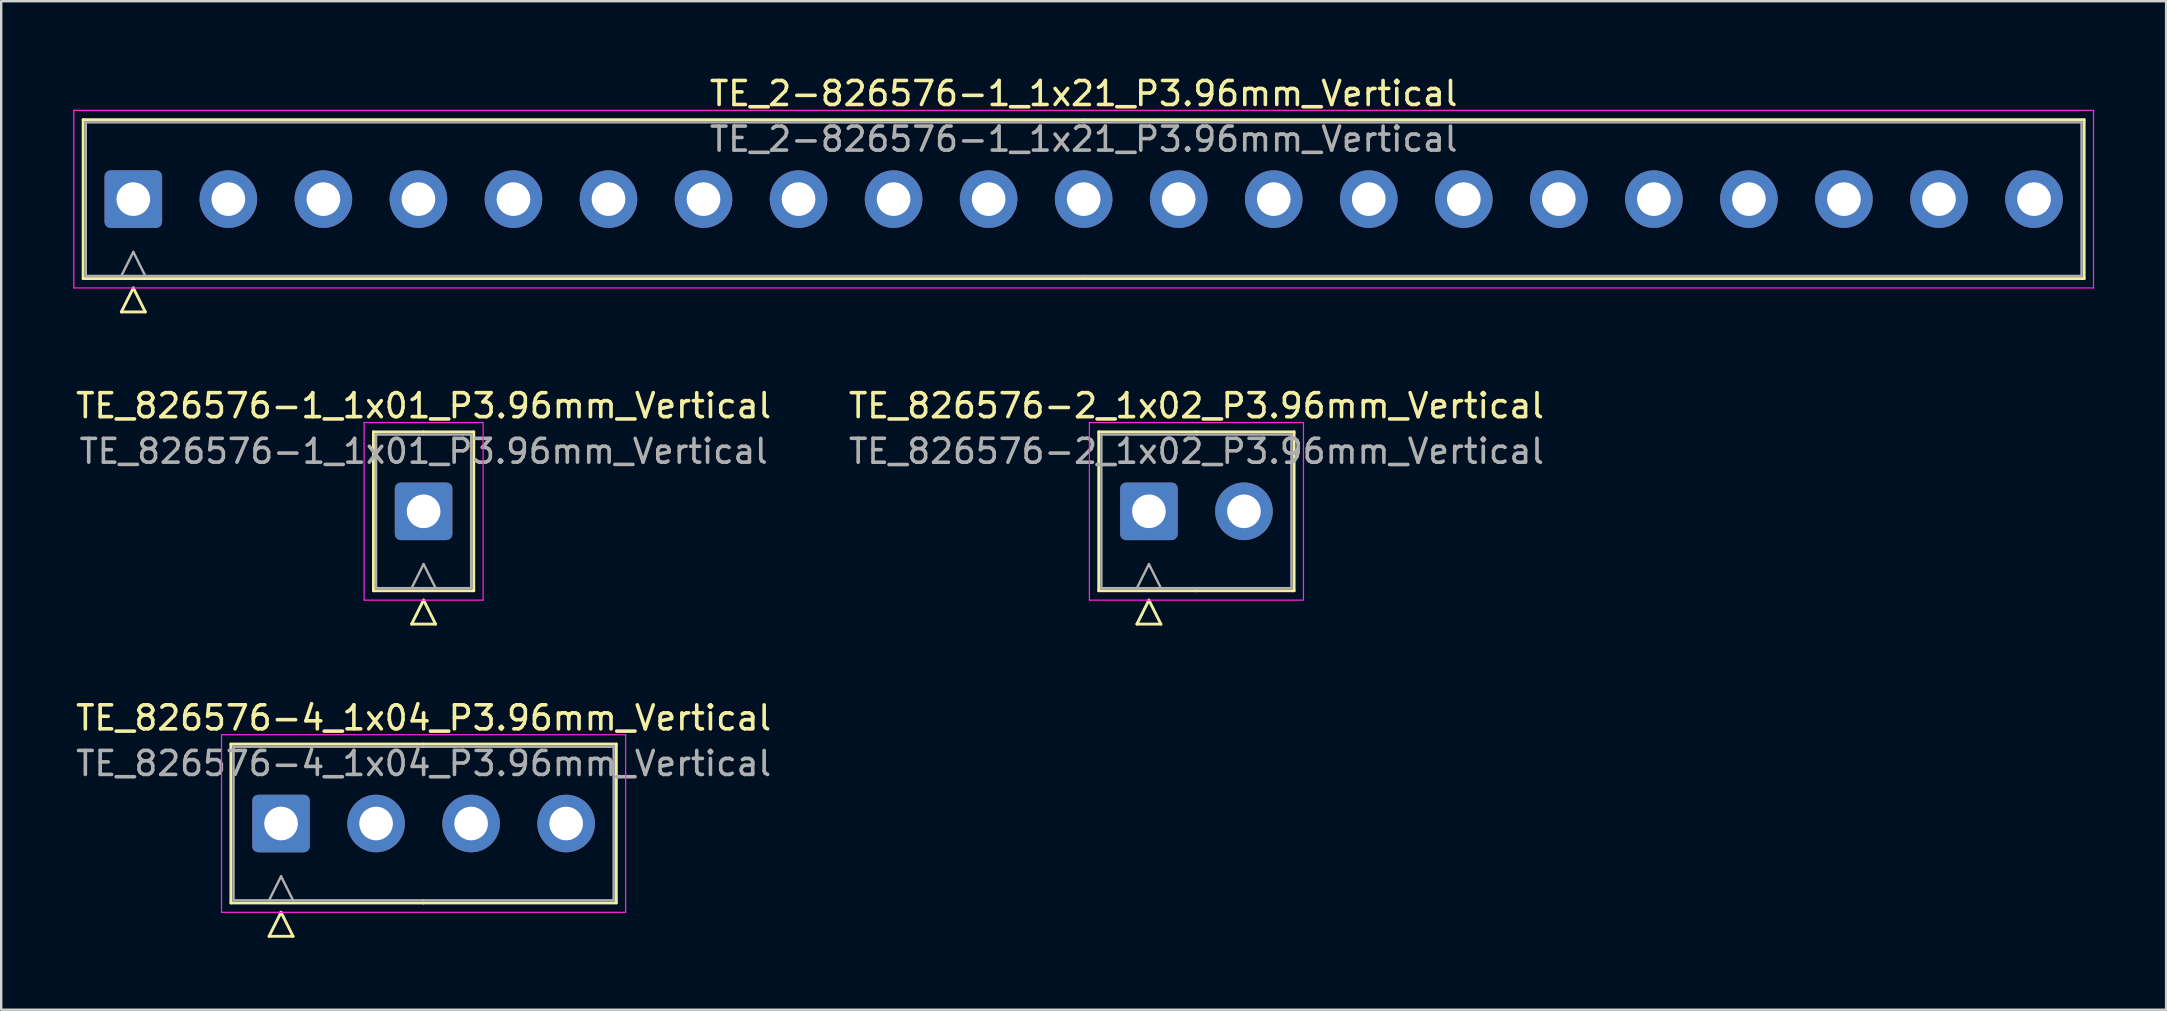
<source format=kicad_pcb>
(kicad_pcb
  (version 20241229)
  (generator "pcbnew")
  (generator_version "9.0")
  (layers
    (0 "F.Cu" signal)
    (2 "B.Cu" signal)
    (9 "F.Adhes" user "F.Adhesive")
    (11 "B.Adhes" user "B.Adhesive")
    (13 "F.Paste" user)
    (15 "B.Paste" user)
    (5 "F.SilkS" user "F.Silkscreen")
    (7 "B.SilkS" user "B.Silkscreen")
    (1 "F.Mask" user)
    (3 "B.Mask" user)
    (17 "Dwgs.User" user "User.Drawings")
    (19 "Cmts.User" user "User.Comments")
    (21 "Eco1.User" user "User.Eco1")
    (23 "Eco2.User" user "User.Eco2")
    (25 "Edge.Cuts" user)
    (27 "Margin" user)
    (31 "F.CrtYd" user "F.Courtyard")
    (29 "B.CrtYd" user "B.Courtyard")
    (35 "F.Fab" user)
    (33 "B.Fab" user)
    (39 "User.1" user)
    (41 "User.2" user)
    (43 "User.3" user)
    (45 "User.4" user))
  (footprint "TE_2-826576-1_1x21_P3.96mm_Vertical"
    (layer "F.Cu")
    (at 2.505 5.248)
    (property "Reference" "TE_2-826576-1_1x21_P3.96mm_Vertical" (at 39.6 -4.4 0) (layer "F.SilkS") (effects (font (size 1 1) (thickness 0.15))))
    (attr through_hole)
    (fp_line (start -2.09 -3.31) (end -2.09 3.31) (stroke (width 0.12) (type solid)) (layer "F.SilkS"))
    (fp_line (start -2.09 3.31) (end 39.6 3.31) (stroke (width 0.12) (type solid)) (layer "F.SilkS"))
    (fp_line (start -0.5 4.7) (end 0 3.7) (stroke (width 0.12) (type solid)) (layer "F.SilkS"))
    (fp_line (start 0 3.7) (end 0.5 4.7) (stroke (width 0.12) (type solid)) (layer "F.SilkS"))
    (fp_line (start 0.5 4.7) (end -0.5 4.7) (stroke (width 0.12) (type solid)) (layer "F.SilkS"))
    (fp_line (start 39.6 -3.31) (end -2.09 -3.31) (stroke (width 0.12) (type solid)) (layer "F.SilkS"))
    (fp_line (start 39.6 -3.31) (end 81.29 -3.31) (stroke (width 0.12) (type solid)) (layer "F.SilkS"))
    (fp_line (start 81.29 -3.31) (end 81.29 3.31) (stroke (width 0.12) (type solid)) (layer "F.SilkS"))
    (fp_line (start 81.29 3.31) (end 39.6 3.31) (stroke (width 0.12) (type solid)) (layer "F.SilkS"))
    (fp_line (start -2.48 -3.7) (end -2.48 3.7) (stroke (width 0.05) (type solid)) (layer "F.CrtYd"))
    (fp_line (start -2.48 3.7) (end 81.68 3.7) (stroke (width 0.05) (type solid)) (layer "F.CrtYd"))
    (fp_line (start 81.68 -3.7) (end -2.48 -3.7) (stroke (width 0.05) (type solid)) (layer "F.CrtYd"))
    (fp_line (start 81.68 3.7) (end 81.68 -3.7) (stroke (width 0.05) (type solid)) (layer "F.CrtYd"))
    (fp_line (start -1.98 -3.2) (end -1.98 3.2) (stroke (width 0.1) (type solid)) (layer "F.Fab"))
    (fp_line (start -1.98 3.2) (end 39.6 3.2) (stroke (width 0.1) (type solid)) (layer "F.Fab"))
    (fp_line (start -0.5 3.2) (end 0 2.2) (stroke (width 0.1) (type solid)) (layer "F.Fab"))
    (fp_line (start 0 2.2) (end 0.5 3.2) (stroke (width 0.1) (type solid)) (layer "F.Fab"))
    (fp_line (start 39.6 -3.2) (end -1.98 -3.2) (stroke (width 0.1) (type solid)) (layer "F.Fab"))
    (fp_line (start 39.6 -3.2) (end 81.18 -3.2) (stroke (width 0.1) (type solid)) (layer "F.Fab"))
    (fp_line (start 81.18 -3.2) (end 81.18 3.2) (stroke (width 0.1) (type solid)) (layer "F.Fab"))
    (fp_line (start 81.18 3.2) (end 39.6 3.2) (stroke (width 0.1) (type solid)) (layer "F.Fab"))
    (fp_text user "${REFERENCE}" (at 39.6 -2.5 0) (layer "F.Fab") (effects (font (size 1 1) (thickness 0.15))))
    (pad "1" thru_hole roundrect (at 0 0) (size 2.4 2.4) (drill 1.4) (layers "*.Cu" "*.Mask") (roundrect_rratio 0.104))
    (pad "2" thru_hole circle (at 3.96 0) (size 2.4 2.4) (drill 1.4) (layers "*.Cu" "*.Mask"))
    (pad "3" thru_hole circle (at 7.92 0) (size 2.4 2.4) (drill 1.4) (layers "*.Cu" "*.Mask"))
    (pad "4" thru_hole circle (at 11.88 0) (size 2.4 2.4) (drill 1.4) (layers "*.Cu" "*.Mask"))
    (pad "5" thru_hole circle (at 15.84 0) (size 2.4 2.4) (drill 1.4) (layers "*.Cu" "*.Mask"))
    (pad "6" thru_hole circle (at 19.8 0) (size 2.4 2.4) (drill 1.4) (layers "*.Cu" "*.Mask"))
    (pad "7" thru_hole circle (at 23.76 0) (size 2.4 2.4) (drill 1.4) (layers "*.Cu" "*.Mask"))
    (pad "8" thru_hole circle (at 27.72 0) (size 2.4 2.4) (drill 1.4) (layers "*.Cu" "*.Mask"))
    (pad "9" thru_hole circle (at 31.68 0) (size 2.4 2.4) (drill 1.4) (layers "*.Cu" "*.Mask"))
    (pad "10" thru_hole circle (at 35.64 0) (size 2.4 2.4) (drill 1.4) (layers "*.Cu" "*.Mask"))
    (pad "11" thru_hole circle (at 39.6 0) (size 2.4 2.4) (drill 1.4) (layers "*.Cu" "*.Mask"))
    (pad "12" thru_hole circle (at 43.56 0) (size 2.4 2.4) (drill 1.4) (layers "*.Cu" "*.Mask"))
    (pad "13" thru_hole circle (at 47.52 0) (size 2.4 2.4) (drill 1.4) (layers "*.Cu" "*.Mask"))
    (pad "14" thru_hole circle (at 51.48 0) (size 2.4 2.4) (drill 1.4) (layers "*.Cu" "*.Mask"))
    (pad "15" thru_hole circle (at 55.44 0) (size 2.4 2.4) (drill 1.4) (layers "*.Cu" "*.Mask"))
    (pad "16" thru_hole circle (at 59.4 0) (size 2.4 2.4) (drill 1.4) (layers "*.Cu" "*.Mask"))
    (pad "17" thru_hole circle (at 63.36 0) (size 2.4 2.4) (drill 1.4) (layers "*.Cu" "*.Mask"))
    (pad "18" thru_hole circle (at 67.32 0) (size 2.4 2.4) (drill 1.4) (layers "*.Cu" "*.Mask"))
    (pad "19" thru_hole circle (at 71.28 0) (size 2.4 2.4) (drill 1.4) (layers "*.Cu" "*.Mask"))
    (pad "20" thru_hole circle (at 75.24 0) (size 2.4 2.4) (drill 1.4) (layers "*.Cu" "*.Mask"))
    (pad "21" thru_hole circle (at 79.2 0) (size 2.4 2.4) (drill 1.4) (layers "*.Cu" "*.Mask")))
  (footprint "TE_826576-2_1x02_P3.96mm_Vertical"
    (layer "F.Cu")
    (at 44.824 18.256)
    (property "Reference" "TE_826576-2_1x02_P3.96mm_Vertical" (at 1.98 -4.4 0) (layer "F.SilkS") (effects (font (size 1 1) (thickness 0.15))))
    (attr through_hole)
    (fp_line (start -2.09 -3.31) (end -2.09 3.31) (stroke (width 0.12) (type solid)) (layer "F.SilkS"))
    (fp_line (start -2.09 3.31) (end 1.98 3.31) (stroke (width 0.12) (type solid)) (layer "F.SilkS"))
    (fp_line (start -0.5 4.7) (end 0 3.7) (stroke (width 0.12) (type solid)) (layer "F.SilkS"))
    (fp_line (start 0 3.7) (end 0.5 4.7) (stroke (width 0.12) (type solid)) (layer "F.SilkS"))
    (fp_line (start 0.5 4.7) (end -0.5 4.7) (stroke (width 0.12) (type solid)) (layer "F.SilkS"))
    (fp_line (start 1.98 -3.31) (end -2.09 -3.31) (stroke (width 0.12) (type solid)) (layer "F.SilkS"))
    (fp_line (start 1.98 -3.31) (end 6.05 -3.31) (stroke (width 0.12) (type solid)) (layer "F.SilkS"))
    (fp_line (start 6.05 -3.31) (end 6.05 3.31) (stroke (width 0.12) (type solid)) (layer "F.SilkS"))
    (fp_line (start 6.05 3.31) (end 1.98 3.31) (stroke (width 0.12) (type solid)) (layer "F.SilkS"))
    (fp_line (start -2.48 -3.7) (end -2.48 3.7) (stroke (width 0.05) (type solid)) (layer "F.CrtYd"))
    (fp_line (start -2.48 3.7) (end 6.44 3.7) (stroke (width 0.05) (type solid)) (layer "F.CrtYd"))
    (fp_line (start 6.44 -3.7) (end -2.48 -3.7) (stroke (width 0.05) (type solid)) (layer "F.CrtYd"))
    (fp_line (start 6.44 3.7) (end 6.44 -3.7) (stroke (width 0.05) (type solid)) (layer "F.CrtYd"))
    (fp_line (start -1.98 -3.2) (end -1.98 3.2) (stroke (width 0.1) (type solid)) (layer "F.Fab"))
    (fp_line (start -1.98 3.2) (end 1.98 3.2) (stroke (width 0.1) (type solid)) (layer "F.Fab"))
    (fp_line (start -0.5 3.2) (end 0 2.2) (stroke (width 0.1) (type solid)) (layer "F.Fab"))
    (fp_line (start 0 2.2) (end 0.5 3.2) (stroke (width 0.1) (type solid)) (layer "F.Fab"))
    (fp_line (start 1.98 -3.2) (end -1.98 -3.2) (stroke (width 0.1) (type solid)) (layer "F.Fab"))
    (fp_line (start 1.98 -3.2) (end 5.94 -3.2) (stroke (width 0.1) (type solid)) (layer "F.Fab"))
    (fp_line (start 5.94 -3.2) (end 5.94 3.2) (stroke (width 0.1) (type solid)) (layer "F.Fab"))
    (fp_line (start 5.94 3.2) (end 1.98 3.2) (stroke (width 0.1) (type solid)) (layer "F.Fab"))
    (fp_text user "${REFERENCE}" (at 1.98 -2.5 0) (layer "F.Fab") (effects (font (size 1 1) (thickness 0.15))))
    (pad "1" thru_hole roundrect (at 0 0) (size 2.4 2.4) (drill 1.4) (layers "*.Cu" "*.Mask") (roundrect_rratio 0.104))
    (pad "2" thru_hole circle (at 3.96 0) (size 2.4 2.4) (drill 1.4) (layers "*.Cu" "*.Mask")))
  (footprint "TE_826576-1_1x01_P3.96mm_Vertical"
    (layer "F.Cu")
    (at 14.601 18.256)
    (property "Reference" "TE_826576-1_1x01_P3.96mm_Vertical" (at 0 -4.4 0) (layer "F.SilkS") (effects (font (size 1 1) (thickness 0.15))))
    (attr through_hole)
    (fp_line (start -2.09 -3.31) (end -2.09 3.31) (stroke (width 0.12) (type solid)) (layer "F.SilkS"))
    (fp_line (start -2.09 3.31) (end 0 3.31) (stroke (width 0.12) (type solid)) (layer "F.SilkS"))
    (fp_line (start -0.5 4.7) (end 0 3.7) (stroke (width 0.12) (type solid)) (layer "F.SilkS"))
    (fp_line (start 0 -3.31) (end -2.09 -3.31) (stroke (width 0.12) (type solid)) (layer "F.SilkS"))
    (fp_line (start 0 -3.31) (end 2.09 -3.31) (stroke (width 0.12) (type solid)) (layer "F.SilkS"))
    (fp_line (start 0 3.7) (end 0.5 4.7) (stroke (width 0.12) (type solid)) (layer "F.SilkS"))
    (fp_line (start 0.5 4.7) (end -0.5 4.7) (stroke (width 0.12) (type solid)) (layer "F.SilkS"))
    (fp_line (start 2.09 -3.31) (end 2.09 3.31) (stroke (width 0.12) (type solid)) (layer "F.SilkS"))
    (fp_line (start 2.09 3.31) (end 0 3.31) (stroke (width 0.12) (type solid)) (layer "F.SilkS"))
    (fp_line (start -2.48 -3.7) (end -2.48 3.7) (stroke (width 0.05) (type solid)) (layer "F.CrtYd"))
    (fp_line (start -2.48 3.7) (end 2.48 3.7) (stroke (width 0.05) (type solid)) (layer "F.CrtYd"))
    (fp_line (start 2.48 -3.7) (end -2.48 -3.7) (stroke (width 0.05) (type solid)) (layer "F.CrtYd"))
    (fp_line (start 2.48 3.7) (end 2.48 -3.7) (stroke (width 0.05) (type solid)) (layer "F.CrtYd"))
    (fp_line (start -1.98 -3.2) (end -1.98 3.2) (stroke (width 0.1) (type solid)) (layer "F.Fab"))
    (fp_line (start -1.98 3.2) (end 0 3.2) (stroke (width 0.1) (type solid)) (layer "F.Fab"))
    (fp_line (start -0.5 3.2) (end 0 2.2) (stroke (width 0.1) (type solid)) (layer "F.Fab"))
    (fp_line (start 0 -3.2) (end -1.98 -3.2) (stroke (width 0.1) (type solid)) (layer "F.Fab"))
    (fp_line (start 0 -3.2) (end 1.98 -3.2) (stroke (width 0.1) (type solid)) (layer "F.Fab"))
    (fp_line (start 0 2.2) (end 0.5 3.2) (stroke (width 0.1) (type solid)) (layer "F.Fab"))
    (fp_line (start 1.98 -3.2) (end 1.98 3.2) (stroke (width 0.1) (type solid)) (layer "F.Fab"))
    (fp_line (start 1.98 3.2) (end 0 3.2) (stroke (width 0.1) (type solid)) (layer "F.Fab"))
    (fp_text user "${REFERENCE}" (at 0 -2.5 0) (layer "F.Fab") (effects (font (size 0.99 0.99) (thickness 0.15))))
    (pad "1" thru_hole roundrect (at 0 0) (size 2.4 2.4) (drill 1.4) (layers "*.Cu" "*.Mask") (roundrect_rratio 0.104)))
  (footprint "TE_826576-4_1x04_P3.96mm_Vertical"
    (layer "F.Cu")
    (at 8.661 31.265)
    (property "Reference" "TE_826576-4_1x04_P3.96mm_Vertical" (at 5.94 -4.4 0) (layer "F.SilkS") (effects (font (size 1 1) (thickness 0.15))))
    (attr through_hole)
    (fp_line (start -2.09 -3.31) (end -2.09 3.31) (stroke (width 0.12) (type solid)) (layer "F.SilkS"))
    (fp_line (start -2.09 3.31) (end 5.94 3.31) (stroke (width 0.12) (type solid)) (layer "F.SilkS"))
    (fp_line (start -0.5 4.7) (end 0 3.7) (stroke (width 0.12) (type solid)) (layer "F.SilkS"))
    (fp_line (start 0 3.7) (end 0.5 4.7) (stroke (width 0.12) (type solid)) (layer "F.SilkS"))
    (fp_line (start 0.5 4.7) (end -0.5 4.7) (stroke (width 0.12) (type solid)) (layer "F.SilkS"))
    (fp_line (start 5.94 -3.31) (end -2.09 -3.31) (stroke (width 0.12) (type solid)) (layer "F.SilkS"))
    (fp_line (start 5.94 -3.31) (end 13.97 -3.31) (stroke (width 0.12) (type solid)) (layer "F.SilkS"))
    (fp_line (start 13.97 -3.31) (end 13.97 3.31) (stroke (width 0.12) (type solid)) (layer "F.SilkS"))
    (fp_line (start 13.97 3.31) (end 5.94 3.31) (stroke (width 0.12) (type solid)) (layer "F.SilkS"))
    (fp_line (start -2.48 -3.7) (end -2.48 3.7) (stroke (width 0.05) (type solid)) (layer "F.CrtYd"))
    (fp_line (start -2.48 3.7) (end 14.36 3.7) (stroke (width 0.05) (type solid)) (layer "F.CrtYd"))
    (fp_line (start 14.36 -3.7) (end -2.48 -3.7) (stroke (width 0.05) (type solid)) (layer "F.CrtYd"))
    (fp_line (start 14.36 3.7) (end 14.36 -3.7) (stroke (width 0.05) (type solid)) (layer "F.CrtYd"))
    (fp_line (start -1.98 -3.2) (end -1.98 3.2) (stroke (width 0.1) (type solid)) (layer "F.Fab"))
    (fp_line (start -1.98 3.2) (end 5.94 3.2) (stroke (width 0.1) (type solid)) (layer "F.Fab"))
    (fp_line (start -0.5 3.2) (end 0 2.2) (stroke (width 0.1) (type solid)) (layer "F.Fab"))
    (fp_line (start 0 2.2) (end 0.5 3.2) (stroke (width 0.1) (type solid)) (layer "F.Fab"))
    (fp_line (start 5.94 -3.2) (end -1.98 -3.2) (stroke (width 0.1) (type solid)) (layer "F.Fab"))
    (fp_line (start 5.94 -3.2) (end 13.86 -3.2) (stroke (width 0.1) (type solid)) (layer "F.Fab"))
    (fp_line (start 13.86 -3.2) (end 13.86 3.2) (stroke (width 0.1) (type solid)) (layer "F.Fab"))
    (fp_line (start 13.86 3.2) (end 5.94 3.2) (stroke (width 0.1) (type solid)) (layer "F.Fab"))
    (fp_text user "${REFERENCE}" (at 5.94 -2.5 0) (layer "F.Fab") (effects (font (size 1 1) (thickness 0.15))))
    (pad "1" thru_hole roundrect (at 0 0) (size 2.4 2.4) (drill 1.4) (layers "*.Cu" "*.Mask") (roundrect_rratio 0.104))
    (pad "2" thru_hole circle (at 3.96 0) (size 2.4 2.4) (drill 1.4) (layers "*.Cu" "*.Mask"))
    (pad "3" thru_hole circle (at 7.92 0) (size 2.4 2.4) (drill 1.4) (layers "*.Cu" "*.Mask"))
    (pad "4" thru_hole circle (at 11.88 0) (size 2.4 2.4) (drill 1.4) (layers "*.Cu" "*.Mask")))
  (gr_rect
    (start -3 -3)
    (end 87.21 39.025)
    (stroke (width 0.1) (type default))
    (fill no)
    (layer "Edge.Cuts")))
</source>
